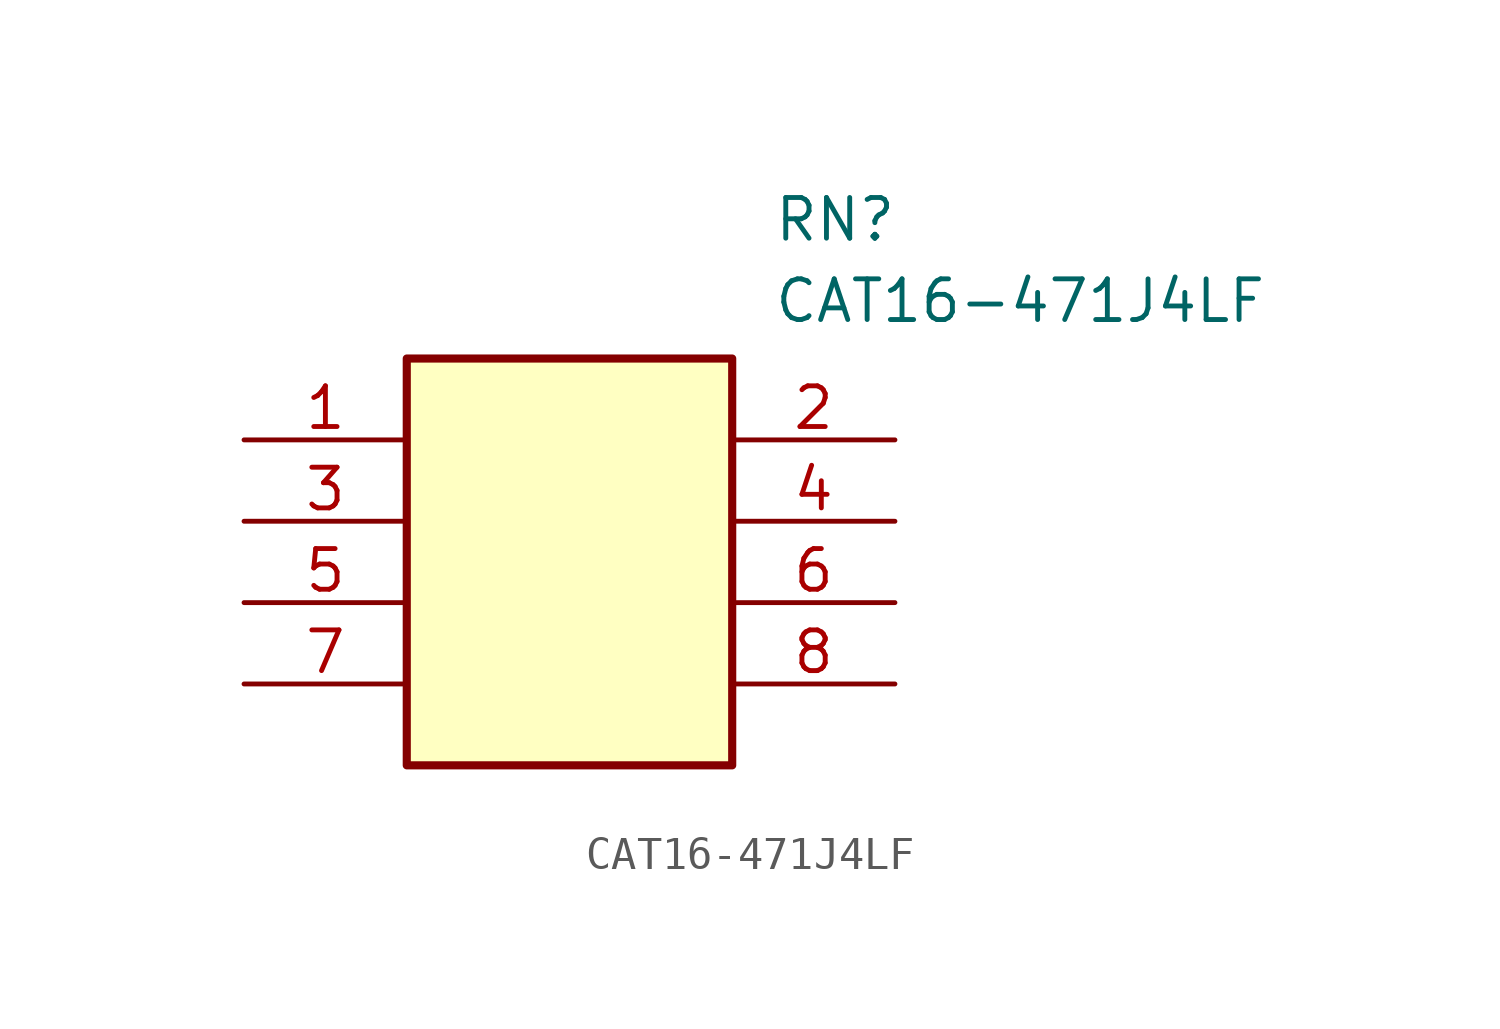
<source format=kicad_sym>
(kicad_symbol_lib
  (version 20211014)
  (generator SamacSys_ECAD_Model)
  (symbol "CAT16-471J4LF"
    (pin_names hide)
    (property "Reference" "RN"
      (at 16.51 7.62 0)
      (effects (font (size 1.27 1.27)) (justify left top)))
    (property "Value" "CAT16-471J4LF"
      (at 16.51 5.08 0)
      (effects (font (size 1.27 1.27)) (justify left top)))
    (rectangle
      (start 5.08 2.54)
      (end 15.24 -10.16)
      (stroke (width 0.254) (type default))
      (fill (type background)))
    (pin passive line
      (at 0 0 0)
      (length 5.08)
      (name "1" (effects (font (size 1.27 1.27))))
      (number "1" (effects (font (size 1.27 1.27)))))
    (pin passive line
      (at 20.32 0 180)
      (length 5.08)
      (name "2" (effects (font (size 1.27 1.27))))
      (number "2" (effects (font (size 1.27 1.27)))))
    (pin passive line
      (at 0 -2.54 0)
      (length 5.08)
      (name "3" (effects (font (size 1.27 1.27))))
      (number "3" (effects (font (size 1.27 1.27)))))
    (pin passive line
      (at 20.32 -2.54 180)
      (length 5.08)
      (name "4" (effects (font (size 1.27 1.27))))
      (number "4" (effects (font (size 1.27 1.27)))))
    (pin passive line
      (at 0 -5.08 0)
      (length 5.08)
      (name "5" (effects (font (size 1.27 1.27))))
      (number "5" (effects (font (size 1.27 1.27)))))
    (pin passive line
      (at 20.32 -5.08 180)
      (length 5.08)
      (name "6" (effects (font (size 1.27 1.27))))
      (number "6" (effects (font (size 1.27 1.27)))))
    (pin passive line
      (at 0 -7.62 0)
      (length 5.08)
      (name "7" (effects (font (size 1.27 1.27))))
      (number "7" (effects (font (size 1.27 1.27)))))
    (pin passive line
      (at 20.32 -7.62 180)
      (length 5.08)
      (name "8" (effects (font (size 1.27 1.27))))
      (number "8" (effects (font (size 1.27 1.27)))))))
</source>
